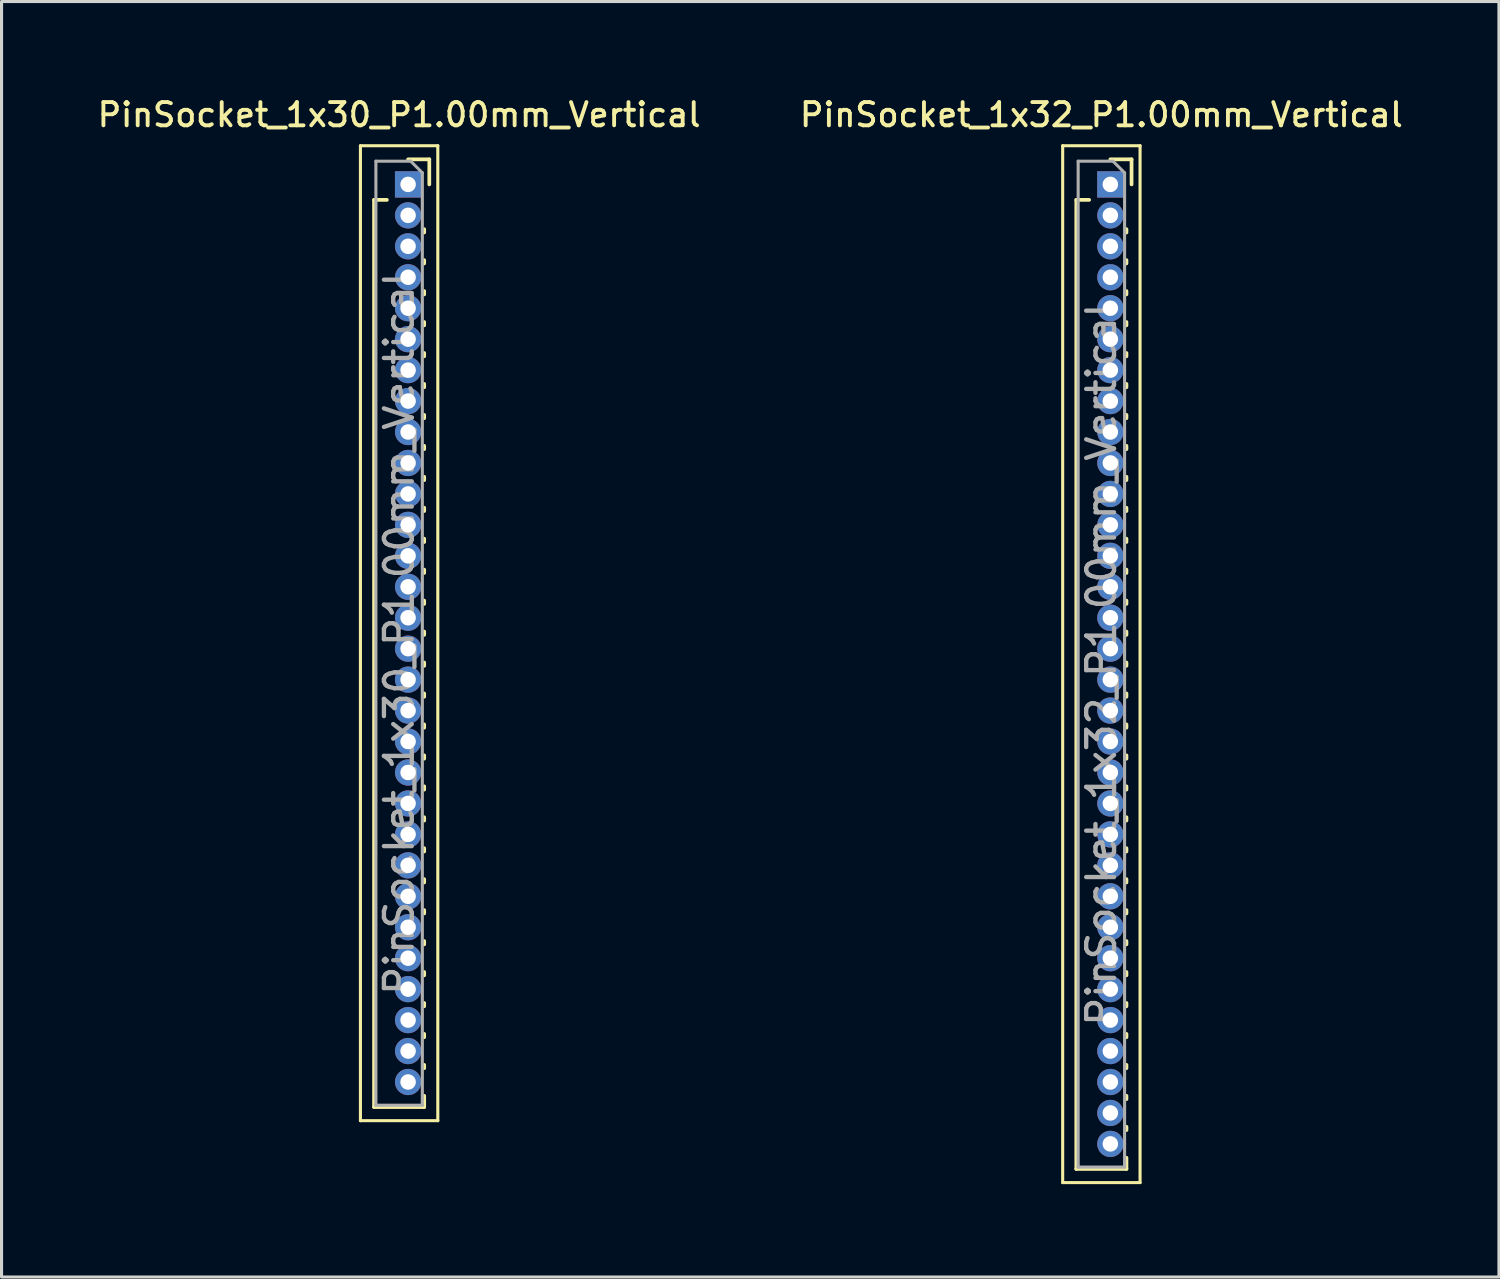
<source format=kicad_pcb>
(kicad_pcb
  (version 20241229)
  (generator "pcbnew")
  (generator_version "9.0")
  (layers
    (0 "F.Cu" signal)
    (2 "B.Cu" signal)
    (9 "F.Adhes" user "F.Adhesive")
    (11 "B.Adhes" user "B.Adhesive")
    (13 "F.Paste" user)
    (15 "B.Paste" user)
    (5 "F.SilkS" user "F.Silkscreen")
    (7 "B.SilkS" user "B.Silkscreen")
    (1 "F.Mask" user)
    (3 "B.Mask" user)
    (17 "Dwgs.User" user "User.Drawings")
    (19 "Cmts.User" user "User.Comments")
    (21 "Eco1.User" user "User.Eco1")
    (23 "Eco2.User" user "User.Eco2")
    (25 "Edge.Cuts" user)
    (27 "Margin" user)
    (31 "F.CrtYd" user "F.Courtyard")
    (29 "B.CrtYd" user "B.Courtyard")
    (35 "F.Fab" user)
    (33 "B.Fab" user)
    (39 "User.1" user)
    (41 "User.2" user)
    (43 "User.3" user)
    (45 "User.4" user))
  (footprint "PinSocket_1x32_P1.00mm_Vertical"
    (layer "F.Cu")
    (at 32.824 2.908)
    (property "Reference" "PinSocket_1x32_P1.00mm_Vertical" (at -0.29 -2.25 0) (layer "F.SilkS") (effects (font (size 0.75 0.75) (thickness 0.125))))
    (attr through_hole)
    (fp_line (start -1.54 -1.25) (end 0.96 -1.25) (stroke (width 0.1) (type solid)) (layer "F.SilkS"))
    (fp_line (start -1.54 32.25) (end -1.54 -1.25) (stroke (width 0.1) (type solid)) (layer "F.SilkS"))
    (fp_line (start -1.1 0.5) (end -1.1 31.81) (stroke (width 0.12) (type solid)) (layer "F.SilkS"))
    (fp_line (start -1.1 0.5) (end -0.685 0.5) (stroke (width 0.12) (type solid)) (layer "F.SilkS"))
    (fp_line (start -1.1 31.81) (end 0.52 31.81) (stroke (width 0.12) (type solid)) (layer "F.SilkS"))
    (fp_line (start 0 -0.81) (end 0.685 -0.81) (stroke (width 0.12) (type solid)) (layer "F.SilkS"))
    (fp_line (start 0.52 1.446) (end 0.52 1.554) (stroke (width 0.12) (type solid)) (layer "F.SilkS"))
    (fp_line (start 0.52 2.446) (end 0.52 2.554) (stroke (width 0.12) (type solid)) (layer "F.SilkS"))
    (fp_line (start 0.52 3.446) (end 0.52 3.554) (stroke (width 0.12) (type solid)) (layer "F.SilkS"))
    (fp_line (start 0.52 4.446) (end 0.52 4.554) (stroke (width 0.12) (type solid)) (layer "F.SilkS"))
    (fp_line (start 0.52 5.446) (end 0.52 5.554) (stroke (width 0.12) (type solid)) (layer "F.SilkS"))
    (fp_line (start 0.52 6.446) (end 0.52 6.554) (stroke (width 0.12) (type solid)) (layer "F.SilkS"))
    (fp_line (start 0.52 7.446) (end 0.52 7.554) (stroke (width 0.12) (type solid)) (layer "F.SilkS"))
    (fp_line (start 0.52 8.446) (end 0.52 8.554) (stroke (width 0.12) (type solid)) (layer "F.SilkS"))
    (fp_line (start 0.52 9.446) (end 0.52 9.554) (stroke (width 0.12) (type solid)) (layer "F.SilkS"))
    (fp_line (start 0.52 10.446) (end 0.52 10.554) (stroke (width 0.12) (type solid)) (layer "F.SilkS"))
    (fp_line (start 0.52 11.446) (end 0.52 11.554) (stroke (width 0.12) (type solid)) (layer "F.SilkS"))
    (fp_line (start 0.52 12.446) (end 0.52 12.554) (stroke (width 0.12) (type solid)) (layer "F.SilkS"))
    (fp_line (start 0.52 13.446) (end 0.52 13.554) (stroke (width 0.12) (type solid)) (layer "F.SilkS"))
    (fp_line (start 0.52 14.446) (end 0.52 14.554) (stroke (width 0.12) (type solid)) (layer "F.SilkS"))
    (fp_line (start 0.52 15.446) (end 0.52 15.554) (stroke (width 0.12) (type solid)) (layer "F.SilkS"))
    (fp_line (start 0.52 16.446) (end 0.52 16.554) (stroke (width 0.12) (type solid)) (layer "F.SilkS"))
    (fp_line (start 0.52 17.446) (end 0.52 17.554) (stroke (width 0.12) (type solid)) (layer "F.SilkS"))
    (fp_line (start 0.52 18.446) (end 0.52 18.554) (stroke (width 0.12) (type solid)) (layer "F.SilkS"))
    (fp_line (start 0.52 19.446) (end 0.52 19.554) (stroke (width 0.12) (type solid)) (layer "F.SilkS"))
    (fp_line (start 0.52 20.446) (end 0.52 20.554) (stroke (width 0.12) (type solid)) (layer "F.SilkS"))
    (fp_line (start 0.52 21.446) (end 0.52 21.554) (stroke (width 0.12) (type solid)) (layer "F.SilkS"))
    (fp_line (start 0.52 22.446) (end 0.52 22.554) (stroke (width 0.12) (type solid)) (layer "F.SilkS"))
    (fp_line (start 0.52 23.446) (end 0.52 23.554) (stroke (width 0.12) (type solid)) (layer "F.SilkS"))
    (fp_line (start 0.52 24.446) (end 0.52 24.554) (stroke (width 0.12) (type solid)) (layer "F.SilkS"))
    (fp_line (start 0.52 25.446) (end 0.52 25.554) (stroke (width 0.12) (type solid)) (layer "F.SilkS"))
    (fp_line (start 0.52 26.446) (end 0.52 26.554) (stroke (width 0.12) (type solid)) (layer "F.SilkS"))
    (fp_line (start 0.52 27.446) (end 0.52 27.554) (stroke (width 0.12) (type solid)) (layer "F.SilkS"))
    (fp_line (start 0.52 28.446) (end 0.52 28.554) (stroke (width 0.12) (type solid)) (layer "F.SilkS"))
    (fp_line (start 0.52 29.446) (end 0.52 29.554) (stroke (width 0.12) (type solid)) (layer "F.SilkS"))
    (fp_line (start 0.52 30.446) (end 0.52 30.554) (stroke (width 0.12) (type solid)) (layer "F.SilkS"))
    (fp_line (start 0.52 31.446) (end 0.52 31.81) (stroke (width 0.12) (type solid)) (layer "F.SilkS"))
    (fp_line (start 0.685 -0.81) (end 0.685 0) (stroke (width 0.12) (type solid)) (layer "F.SilkS"))
    (fp_line (start 0.96 -1.25) (end 0.96 32.25) (stroke (width 0.1) (type solid)) (layer "F.SilkS"))
    (fp_line (start 0.96 32.25) (end -1.54 32.25) (stroke (width 0.1) (type solid)) (layer "F.SilkS"))
    (fp_line (start -1.04 -0.75) (end 0.085 -0.75) (stroke (width 0.1) (type solid)) (layer "F.Fab"))
    (fp_line (start -1.04 31.75) (end -1.04 -0.75) (stroke (width 0.1) (type solid)) (layer "F.Fab"))
    (fp_line (start 0.085 -0.75) (end 0.46 -0.375) (stroke (width 0.1) (type solid)) (layer "F.Fab"))
    (fp_line (start 0.46 -0.375) (end 0.46 31.75) (stroke (width 0.1) (type solid)) (layer "F.Fab"))
    (fp_line (start 0.46 31.75) (end -1.04 31.75) (stroke (width 0.1) (type solid)) (layer "F.Fab"))
    (fp_text user "${REFERENCE}" (at -0.29 15.5 90) (layer "F.Fab") (effects (font (size 0.9 0.9) (thickness 0.14))))
    (pad "1" thru_hole rect (at 0 0) (size 0.85 0.85) (drill 0.5) (layers "*.Cu" "*.Mask"))
    (pad "2" thru_hole oval (at 0 1) (size 0.85 0.85) (drill 0.5) (layers "*.Cu" "*.Mask"))
    (pad "3" thru_hole oval (at 0 2) (size 0.85 0.85) (drill 0.5) (layers "*.Cu" "*.Mask"))
    (pad "4" thru_hole oval (at 0 3) (size 0.85 0.85) (drill 0.5) (layers "*.Cu" "*.Mask"))
    (pad "5" thru_hole oval (at 0 4) (size 0.85 0.85) (drill 0.5) (layers "*.Cu" "*.Mask"))
    (pad "6" thru_hole oval (at 0 5) (size 0.85 0.85) (drill 0.5) (layers "*.Cu" "*.Mask"))
    (pad "7" thru_hole oval (at 0 6) (size 0.85 0.85) (drill 0.5) (layers "*.Cu" "*.Mask"))
    (pad "8" thru_hole oval (at 0 7) (size 0.85 0.85) (drill 0.5) (layers "*.Cu" "*.Mask"))
    (pad "9" thru_hole oval (at 0 8) (size 0.85 0.85) (drill 0.5) (layers "*.Cu" "*.Mask"))
    (pad "10" thru_hole oval (at 0 9) (size 0.85 0.85) (drill 0.5) (layers "*.Cu" "*.Mask"))
    (pad "11" thru_hole oval (at 0 10) (size 0.85 0.85) (drill 0.5) (layers "*.Cu" "*.Mask"))
    (pad "12" thru_hole oval (at 0 11) (size 0.85 0.85) (drill 0.5) (layers "*.Cu" "*.Mask"))
    (pad "13" thru_hole oval (at 0 12) (size 0.85 0.85) (drill 0.5) (layers "*.Cu" "*.Mask"))
    (pad "14" thru_hole oval (at 0 13) (size 0.85 0.85) (drill 0.5) (layers "*.Cu" "*.Mask"))
    (pad "15" thru_hole oval (at 0 14) (size 0.85 0.85) (drill 0.5) (layers "*.Cu" "*.Mask"))
    (pad "16" thru_hole oval (at 0 15) (size 0.85 0.85) (drill 0.5) (layers "*.Cu" "*.Mask"))
    (pad "17" thru_hole oval (at 0 16) (size 0.85 0.85) (drill 0.5) (layers "*.Cu" "*.Mask"))
    (pad "18" thru_hole oval (at 0 17) (size 0.85 0.85) (drill 0.5) (layers "*.Cu" "*.Mask"))
    (pad "19" thru_hole oval (at 0 18) (size 0.85 0.85) (drill 0.5) (layers "*.Cu" "*.Mask"))
    (pad "20" thru_hole oval (at 0 19) (size 0.85 0.85) (drill 0.5) (layers "*.Cu" "*.Mask"))
    (pad "21" thru_hole oval (at 0 20) (size 0.85 0.85) (drill 0.5) (layers "*.Cu" "*.Mask"))
    (pad "22" thru_hole oval (at 0 21) (size 0.85 0.85) (drill 0.5) (layers "*.Cu" "*.Mask"))
    (pad "23" thru_hole oval (at 0 22) (size 0.85 0.85) (drill 0.5) (layers "*.Cu" "*.Mask"))
    (pad "24" thru_hole oval (at 0 23) (size 0.85 0.85) (drill 0.5) (layers "*.Cu" "*.Mask"))
    (pad "25" thru_hole oval (at 0 24) (size 0.85 0.85) (drill 0.5) (layers "*.Cu" "*.Mask"))
    (pad "26" thru_hole oval (at 0 25) (size 0.85 0.85) (drill 0.5) (layers "*.Cu" "*.Mask"))
    (pad "27" thru_hole oval (at 0 26) (size 0.85 0.85) (drill 0.5) (layers "*.Cu" "*.Mask"))
    (pad "28" thru_hole oval (at 0 27) (size 0.85 0.85) (drill 0.5) (layers "*.Cu" "*.Mask"))
    (pad "29" thru_hole oval (at 0 28) (size 0.85 0.85) (drill 0.5) (layers "*.Cu" "*.Mask"))
    (pad "30" thru_hole oval (at 0 29) (size 0.85 0.85) (drill 0.5) (layers "*.Cu" "*.Mask"))
    (pad "31" thru_hole oval (at 0 30) (size 0.85 0.85) (drill 0.5) (layers "*.Cu" "*.Mask"))
    (pad "32" thru_hole oval (at 0 31) (size 0.85 0.85) (drill 0.5) (layers "*.Cu" "*.Mask")))
  (footprint "PinSocket_1x30_P1.00mm_Vertical"
    (layer "F.Cu")
    (at 10.135 2.908)
    (property "Reference" "PinSocket_1x30_P1.00mm_Vertical" (at -0.29 -2.25 0) (layer "F.SilkS") (effects (font (size 0.75 0.75) (thickness 0.125))))
    (attr through_hole)
    (fp_line (start -1.54 -1.25) (end 0.96 -1.25) (stroke (width 0.1) (type solid)) (layer "F.SilkS"))
    (fp_line (start -1.54 30.25) (end -1.54 -1.25) (stroke (width 0.1) (type solid)) (layer "F.SilkS"))
    (fp_line (start -1.1 0.5) (end -1.1 29.81) (stroke (width 0.12) (type solid)) (layer "F.SilkS"))
    (fp_line (start -1.1 0.5) (end -0.685 0.5) (stroke (width 0.12) (type solid)) (layer "F.SilkS"))
    (fp_line (start -1.1 29.81) (end 0.52 29.81) (stroke (width 0.12) (type solid)) (layer "F.SilkS"))
    (fp_line (start 0 -0.81) (end 0.685 -0.81) (stroke (width 0.12) (type solid)) (layer "F.SilkS"))
    (fp_line (start 0.52 1.446) (end 0.52 1.554) (stroke (width 0.12) (type solid)) (layer "F.SilkS"))
    (fp_line (start 0.52 2.446) (end 0.52 2.554) (stroke (width 0.12) (type solid)) (layer "F.SilkS"))
    (fp_line (start 0.52 3.446) (end 0.52 3.554) (stroke (width 0.12) (type solid)) (layer "F.SilkS"))
    (fp_line (start 0.52 4.446) (end 0.52 4.554) (stroke (width 0.12) (type solid)) (layer "F.SilkS"))
    (fp_line (start 0.52 5.446) (end 0.52 5.554) (stroke (width 0.12) (type solid)) (layer "F.SilkS"))
    (fp_line (start 0.52 6.446) (end 0.52 6.554) (stroke (width 0.12) (type solid)) (layer "F.SilkS"))
    (fp_line (start 0.52 7.446) (end 0.52 7.554) (stroke (width 0.12) (type solid)) (layer "F.SilkS"))
    (fp_line (start 0.52 8.446) (end 0.52 8.554) (stroke (width 0.12) (type solid)) (layer "F.SilkS"))
    (fp_line (start 0.52 9.446) (end 0.52 9.554) (stroke (width 0.12) (type solid)) (layer "F.SilkS"))
    (fp_line (start 0.52 10.446) (end 0.52 10.554) (stroke (width 0.12) (type solid)) (layer "F.SilkS"))
    (fp_line (start 0.52 11.446) (end 0.52 11.554) (stroke (width 0.12) (type solid)) (layer "F.SilkS"))
    (fp_line (start 0.52 12.446) (end 0.52 12.554) (stroke (width 0.12) (type solid)) (layer "F.SilkS"))
    (fp_line (start 0.52 13.446) (end 0.52 13.554) (stroke (width 0.12) (type solid)) (layer "F.SilkS"))
    (fp_line (start 0.52 14.446) (end 0.52 14.554) (stroke (width 0.12) (type solid)) (layer "F.SilkS"))
    (fp_line (start 0.52 15.446) (end 0.52 15.554) (stroke (width 0.12) (type solid)) (layer "F.SilkS"))
    (fp_line (start 0.52 16.446) (end 0.52 16.554) (stroke (width 0.12) (type solid)) (layer "F.SilkS"))
    (fp_line (start 0.52 17.446) (end 0.52 17.554) (stroke (width 0.12) (type solid)) (layer "F.SilkS"))
    (fp_line (start 0.52 18.446) (end 0.52 18.554) (stroke (width 0.12) (type solid)) (layer "F.SilkS"))
    (fp_line (start 0.52 19.446) (end 0.52 19.554) (stroke (width 0.12) (type solid)) (layer "F.SilkS"))
    (fp_line (start 0.52 20.446) (end 0.52 20.554) (stroke (width 0.12) (type solid)) (layer "F.SilkS"))
    (fp_line (start 0.52 21.446) (end 0.52 21.554) (stroke (width 0.12) (type solid)) (layer "F.SilkS"))
    (fp_line (start 0.52 22.446) (end 0.52 22.554) (stroke (width 0.12) (type solid)) (layer "F.SilkS"))
    (fp_line (start 0.52 23.446) (end 0.52 23.554) (stroke (width 0.12) (type solid)) (layer "F.SilkS"))
    (fp_line (start 0.52 24.446) (end 0.52 24.554) (stroke (width 0.12) (type solid)) (layer "F.SilkS"))
    (fp_line (start 0.52 25.446) (end 0.52 25.554) (stroke (width 0.12) (type solid)) (layer "F.SilkS"))
    (fp_line (start 0.52 26.446) (end 0.52 26.554) (stroke (width 0.12) (type solid)) (layer "F.SilkS"))
    (fp_line (start 0.52 27.446) (end 0.52 27.554) (stroke (width 0.12) (type solid)) (layer "F.SilkS"))
    (fp_line (start 0.52 28.446) (end 0.52 28.554) (stroke (width 0.12) (type solid)) (layer "F.SilkS"))
    (fp_line (start 0.52 29.446) (end 0.52 29.81) (stroke (width 0.12) (type solid)) (layer "F.SilkS"))
    (fp_line (start 0.685 -0.81) (end 0.685 0) (stroke (width 0.12) (type solid)) (layer "F.SilkS"))
    (fp_line (start 0.96 -1.25) (end 0.96 30.25) (stroke (width 0.1) (type solid)) (layer "F.SilkS"))
    (fp_line (start 0.96 30.25) (end -1.54 30.25) (stroke (width 0.1) (type solid)) (layer "F.SilkS"))
    (fp_line (start -1.04 -0.75) (end 0.085 -0.75) (stroke (width 0.1) (type solid)) (layer "F.Fab"))
    (fp_line (start -1.04 29.75) (end -1.04 -0.75) (stroke (width 0.1) (type solid)) (layer "F.Fab"))
    (fp_line (start 0.085 -0.75) (end 0.46 -0.375) (stroke (width 0.1) (type solid)) (layer "F.Fab"))
    (fp_line (start 0.46 -0.375) (end 0.46 29.75) (stroke (width 0.1) (type solid)) (layer "F.Fab"))
    (fp_line (start 0.46 29.75) (end -1.04 29.75) (stroke (width 0.1) (type solid)) (layer "F.Fab"))
    (fp_text user "${REFERENCE}" (at -0.29 14.5 90) (layer "F.Fab") (effects (font (size 0.9 0.9) (thickness 0.14))))
    (pad "1" thru_hole rect (at 0 0) (size 0.85 0.85) (drill 0.5) (layers "*.Cu" "*.Mask"))
    (pad "2" thru_hole oval (at 0 1) (size 0.85 0.85) (drill 0.5) (layers "*.Cu" "*.Mask"))
    (pad "3" thru_hole oval (at 0 2) (size 0.85 0.85) (drill 0.5) (layers "*.Cu" "*.Mask"))
    (pad "4" thru_hole oval (at 0 3) (size 0.85 0.85) (drill 0.5) (layers "*.Cu" "*.Mask"))
    (pad "5" thru_hole oval (at 0 4) (size 0.85 0.85) (drill 0.5) (layers "*.Cu" "*.Mask"))
    (pad "6" thru_hole oval (at 0 5) (size 0.85 0.85) (drill 0.5) (layers "*.Cu" "*.Mask"))
    (pad "7" thru_hole oval (at 0 6) (size 0.85 0.85) (drill 0.5) (layers "*.Cu" "*.Mask"))
    (pad "8" thru_hole oval (at 0 7) (size 0.85 0.85) (drill 0.5) (layers "*.Cu" "*.Mask"))
    (pad "9" thru_hole oval (at 0 8) (size 0.85 0.85) (drill 0.5) (layers "*.Cu" "*.Mask"))
    (pad "10" thru_hole oval (at 0 9) (size 0.85 0.85) (drill 0.5) (layers "*.Cu" "*.Mask"))
    (pad "11" thru_hole oval (at 0 10) (size 0.85 0.85) (drill 0.5) (layers "*.Cu" "*.Mask"))
    (pad "12" thru_hole oval (at 0 11) (size 0.85 0.85) (drill 0.5) (layers "*.Cu" "*.Mask"))
    (pad "13" thru_hole oval (at 0 12) (size 0.85 0.85) (drill 0.5) (layers "*.Cu" "*.Mask"))
    (pad "14" thru_hole oval (at 0 13) (size 0.85 0.85) (drill 0.5) (layers "*.Cu" "*.Mask"))
    (pad "15" thru_hole oval (at 0 14) (size 0.85 0.85) (drill 0.5) (layers "*.Cu" "*.Mask"))
    (pad "16" thru_hole oval (at 0 15) (size 0.85 0.85) (drill 0.5) (layers "*.Cu" "*.Mask"))
    (pad "17" thru_hole oval (at 0 16) (size 0.85 0.85) (drill 0.5) (layers "*.Cu" "*.Mask"))
    (pad "18" thru_hole oval (at 0 17) (size 0.85 0.85) (drill 0.5) (layers "*.Cu" "*.Mask"))
    (pad "19" thru_hole oval (at 0 18) (size 0.85 0.85) (drill 0.5) (layers "*.Cu" "*.Mask"))
    (pad "20" thru_hole oval (at 0 19) (size 0.85 0.85) (drill 0.5) (layers "*.Cu" "*.Mask"))
    (pad "21" thru_hole oval (at 0 20) (size 0.85 0.85) (drill 0.5) (layers "*.Cu" "*.Mask"))
    (pad "22" thru_hole oval (at 0 21) (size 0.85 0.85) (drill 0.5) (layers "*.Cu" "*.Mask"))
    (pad "23" thru_hole oval (at 0 22) (size 0.85 0.85) (drill 0.5) (layers "*.Cu" "*.Mask"))
    (pad "24" thru_hole oval (at 0 23) (size 0.85 0.85) (drill 0.5) (layers "*.Cu" "*.Mask"))
    (pad "25" thru_hole oval (at 0 24) (size 0.85 0.85) (drill 0.5) (layers "*.Cu" "*.Mask"))
    (pad "26" thru_hole oval (at 0 25) (size 0.85 0.85) (drill 0.5) (layers "*.Cu" "*.Mask"))
    (pad "27" thru_hole oval (at 0 26) (size 0.85 0.85) (drill 0.5) (layers "*.Cu" "*.Mask"))
    (pad "28" thru_hole oval (at 0 27) (size 0.85 0.85) (drill 0.5) (layers "*.Cu" "*.Mask"))
    (pad "29" thru_hole oval (at 0 28) (size 0.85 0.85) (drill 0.5) (layers "*.Cu" "*.Mask"))
    (pad "30" thru_hole oval (at 0 29) (size 0.85 0.85) (drill 0.5) (layers "*.Cu" "*.Mask")))
  (gr_rect
    (start -3 -3)
    (end 45.379 38.208)
    (stroke (width 0.1) (type default))
    (fill no)
    (layer "Edge.Cuts")))
</source>
